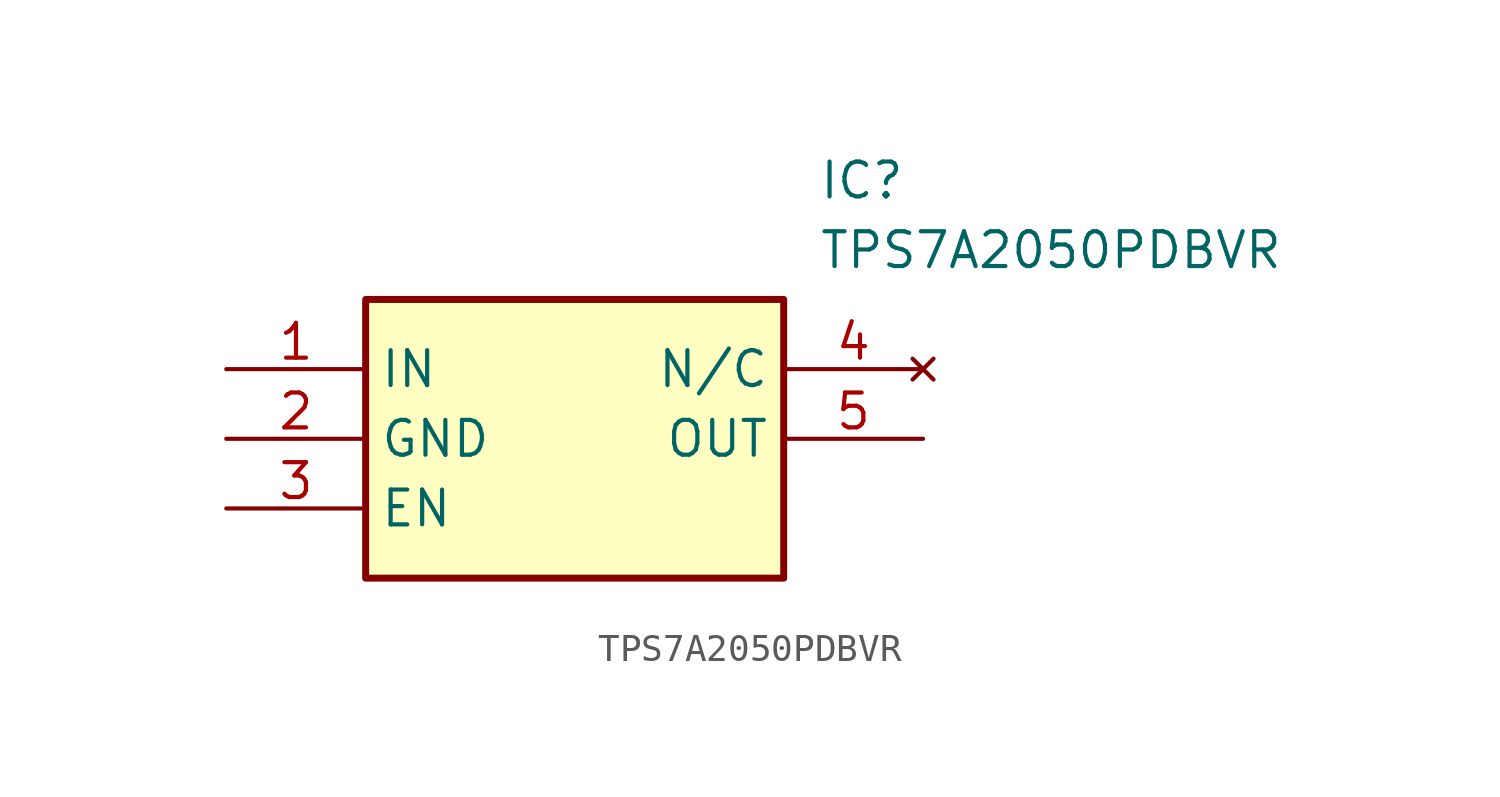
<source format=kicad_sym>
(kicad_symbol_lib
  (version 20211014)
  (generator SamacSys_ECAD_Model)
  (symbol "TPS7A2050PDBVR"
    (property "Reference" "IC"
      (at 21.59 7.62 0)
      (effects (font (size 1.27 1.27)) (justify left top)))
    (property "Value" "TPS7A2050PDBVR"
      (at 21.59 5.08 0)
      (effects (font (size 1.27 1.27)) (justify left top)))
    (rectangle
      (start 5.08 2.54)
      (end 20.32 -7.62)
      (stroke (width 0.254) (type default))
      (fill (type background)))
    (pin passive line
      (at 0 0 0)
      (length 5.08)
      (name "IN" (effects (font (size 1.27 1.27))))
      (number "1" (effects (font (size 1.27 1.27)))))
    (pin passive line
      (at 0 -2.54 0)
      (length 5.08)
      (name "GND" (effects (font (size 1.27 1.27))))
      (number "2" (effects (font (size 1.27 1.27)))))
    (pin passive line
      (at 0 -5.08 0)
      (length 5.08)
      (name "EN" (effects (font (size 1.27 1.27))))
      (number "3" (effects (font (size 1.27 1.27)))))
    (pin no_connect line
      (at 25.4 0 180)
      (length 5.08)
      (name "N/C" (effects (font (size 1.27 1.27))))
      (number "4" (effects (font (size 1.27 1.27)))))
    (pin passive line
      (at 25.4 -2.54 180)
      (length 5.08)
      (name "OUT" (effects (font (size 1.27 1.27))))
      (number "5" (effects (font (size 1.27 1.27)))))))
</source>
